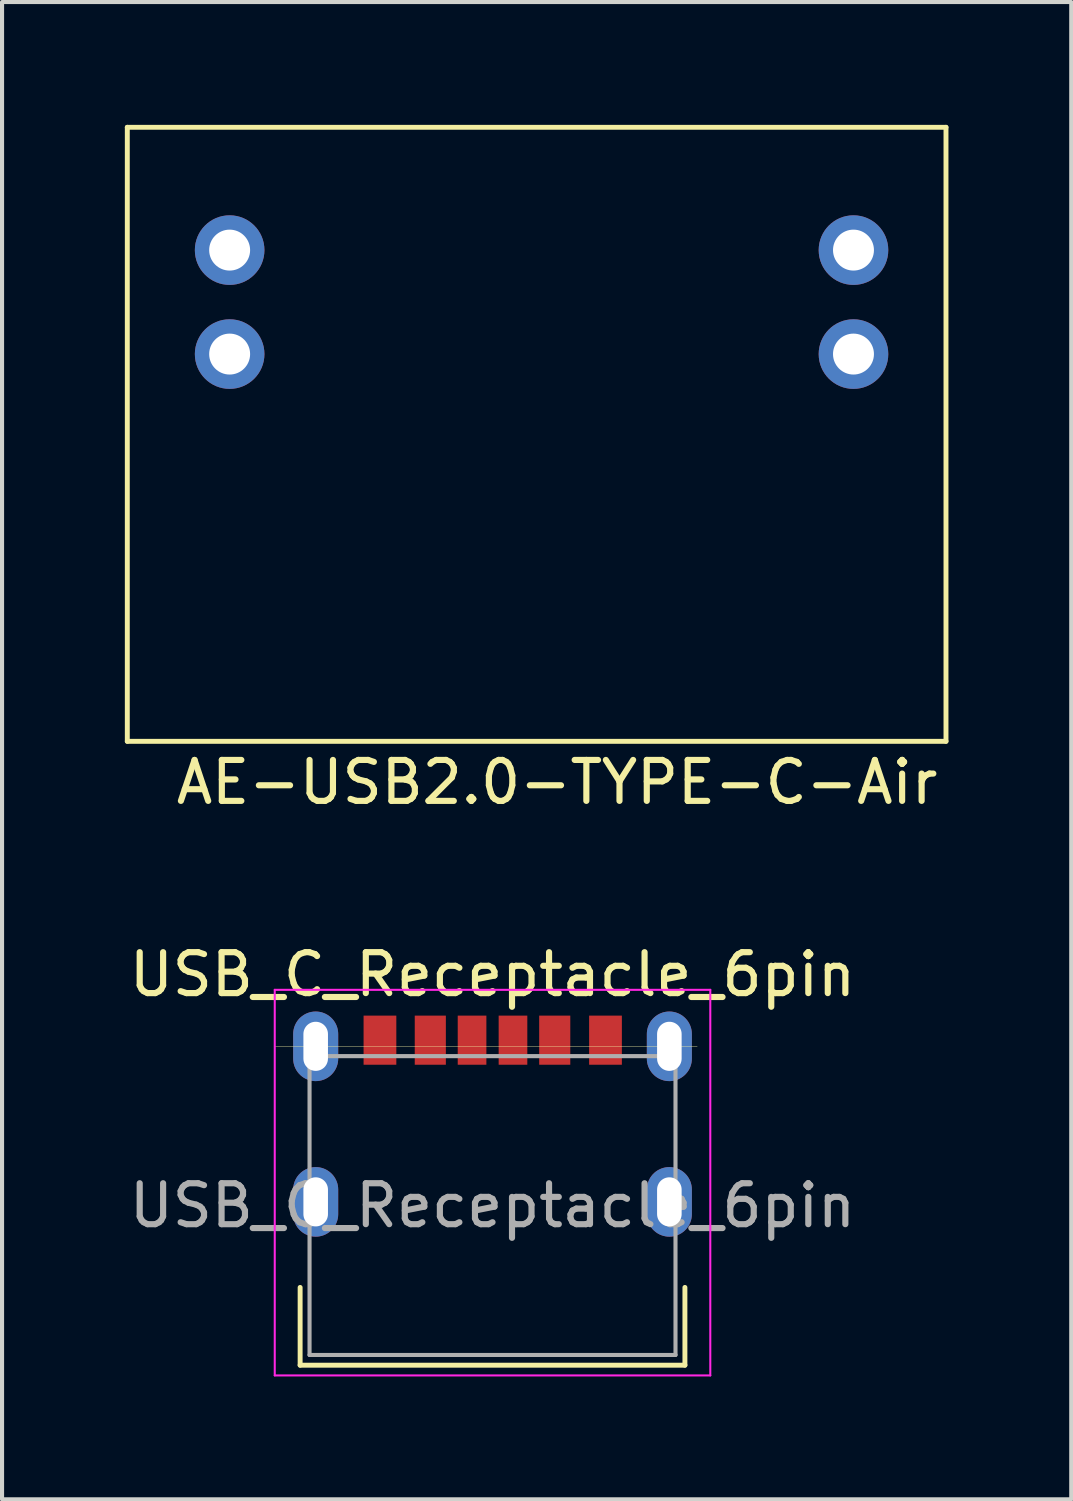
<source format=kicad_pcb>
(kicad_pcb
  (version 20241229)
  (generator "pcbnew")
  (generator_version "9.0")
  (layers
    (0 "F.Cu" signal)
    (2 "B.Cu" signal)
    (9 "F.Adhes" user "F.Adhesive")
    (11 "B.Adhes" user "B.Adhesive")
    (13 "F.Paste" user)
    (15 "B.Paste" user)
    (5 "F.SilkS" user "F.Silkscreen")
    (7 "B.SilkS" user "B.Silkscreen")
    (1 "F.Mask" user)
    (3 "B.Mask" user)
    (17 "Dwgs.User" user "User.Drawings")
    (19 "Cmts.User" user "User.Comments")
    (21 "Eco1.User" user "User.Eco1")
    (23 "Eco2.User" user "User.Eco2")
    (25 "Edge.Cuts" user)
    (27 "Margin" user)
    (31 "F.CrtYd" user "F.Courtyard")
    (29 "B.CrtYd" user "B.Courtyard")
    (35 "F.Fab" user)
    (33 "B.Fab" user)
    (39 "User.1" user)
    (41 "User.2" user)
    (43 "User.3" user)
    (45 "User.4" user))
  (footprint "AE-USB2.0-TYPE-C-Air"
    (layer "F.Cu")
    (at 2.56 3.06)
    (property "Reference" "AE-USB2.0-TYPE-C-Air" (at 8 13 0) (layer "F.SilkS") (effects (font (size 1 1) (thickness 0.15))))
    (attr through_hole)
    (fp_line (start -2.5 -3) (end 17.5 -3) (stroke (width 0.12) (type solid)) (layer "F.SilkS"))
    (fp_line (start -2.5 12) (end -2.5 -3) (stroke (width 0.12) (type solid)) (layer "F.SilkS"))
    (fp_line (start -2.5 12) (end 17.5 12) (stroke (width 0.12) (type solid)) (layer "F.SilkS"))
    (fp_line (start 17.5 12) (end 17.5 -3) (stroke (width 0.12) (type solid)) (layer "F.SilkS"))
    (pad "1" thru_hole circle (at 0 0) (size 1.7 1.7) (drill 1) (layers "*.Cu" "*.Mask"))
    (pad "2" thru_hole circle (at 0 2.54) (size 1.7 1.7) (drill 1) (layers "*.Cu" "*.Mask"))
    (pad "3" thru_hole circle (at 15.24 2.54) (size 1.7 1.7) (drill 1) (layers "*.Cu" "*.Mask"))
    (pad "4" thru_hole circle (at 15.24 0) (size 1.7 1.7) (drill 1) (layers "*.Cu" "*.Mask")))
  (footprint "USB_C_Receptacle_6pin"
    (layer "F.Cu")
    (at 8.982 26.401)
    (property "Reference" "USB_C_Receptacle_6pin" (at 0 -5.645 0) (layer "F.SilkS") (effects (font (size 1 1) (thickness 0.15))))
    (attr smd)
    (fp_line (start -5.32 -3.89) (end 5 -3.89) (stroke (width 0.01) (type solid)) (layer "F.SilkS"))
    (fp_line (start -4.7 2) (end -4.7 3.9) (stroke (width 0.12) (type solid)) (layer "F.SilkS"))
    (fp_line (start -4.7 3.9) (end 4.7 3.9) (stroke (width 0.12) (type solid)) (layer "F.SilkS"))
    (fp_line (start 4.32 -3.83) (end 4.32 -3.94) (stroke (width 0.01) (type solid)) (layer "F.SilkS"))
    (fp_line (start 4.7 2) (end 4.7 3.9) (stroke (width 0.12) (type solid)) (layer "F.SilkS"))
    (fp_line (start -5.32 -5.27) (end -5.32 4.15) (stroke (width 0.05) (type solid)) (layer "F.CrtYd"))
    (fp_line (start -5.32 -5.27) (end 5.32 -5.27) (stroke (width 0.05) (type solid)) (layer "F.CrtYd"))
    (fp_line (start -5.32 4.15) (end 5.32 4.15) (stroke (width 0.05) (type solid)) (layer "F.CrtYd"))
    (fp_line (start 5.32 -5.27) (end 5.32 4.15) (stroke (width 0.05) (type solid)) (layer "F.CrtYd"))
    (fp_line (start -4.47 -3.65) (end -4.47 3.65) (stroke (width 0.1) (type solid)) (layer "F.Fab"))
    (fp_line (start -4.47 -3.65) (end 4.47 -3.65) (stroke (width 0.1) (type solid)) (layer "F.Fab"))
    (fp_line (start -4.47 3.65) (end 4.47 3.65) (stroke (width 0.1) (type solid)) (layer "F.Fab"))
    (fp_line (start 4.47 -3.65) (end 4.47 3.65) (stroke (width 0.1) (type solid)) (layer "F.Fab"))
    (fp_text user "${REFERENCE}" (at 0 0 0) (layer "F.Fab") (effects (font (size 1 1) (thickness 0.15))))
    (pad "A5" smd rect (at -0.5 -4.04) (size 0.7 1.2) (layers "F.Cu" "F.Mask" "F.Paste"))
    (pad "A9" smd rect (at 1.52 -4.04) (size 0.76 1.2) (layers "F.Cu" "F.Mask" "F.Paste"))
    (pad "A12" smd rect (at 2.76 -4.04) (size 0.8 1.2) (layers "F.Cu" "F.Mask" "F.Paste"))
    (pad "B5" smd rect (at 0.5 -4.04) (size 0.7 1.2) (layers "F.Cu" "F.Mask" "F.Paste"))
    (pad "B9" smd rect (at -1.52 -4.04) (size 0.76 1.2) (layers "F.Cu" "F.Mask" "F.Paste"))
    (pad "B12" smd rect (at -2.75 -4.04) (size 0.8 1.2) (layers "F.Cu" "F.Mask" "F.Paste"))
    (pad "S1" thru_hole oval (at -4.32 -3.89) (size 1.1 1.7) (drill oval 0.6 1.2) (layers "*.Cu" "*.Mask"))
    (pad "S1" thru_hole oval (at -4.32 -0.09) (size 1.1 1.7) (drill oval 0.6 1.2) (layers "*.Cu" "*.Mask"))
    (pad "S1" thru_hole oval (at 4.32 -3.89) (size 1.1 1.7) (drill oval 0.6 1.2) (layers "*.Cu" "*.Mask"))
    (pad "S1" thru_hole oval (at 4.32 -0.09) (size 1.1 1.7) (drill oval 0.6 1.2) (layers "*.Cu" "*.Mask")))
  (gr_rect
    (start -3 -3)
    (end 23.12 33.577)
    (stroke (width 0.1) (type default))
    (fill no)
    (layer "Edge.Cuts")))
</source>
